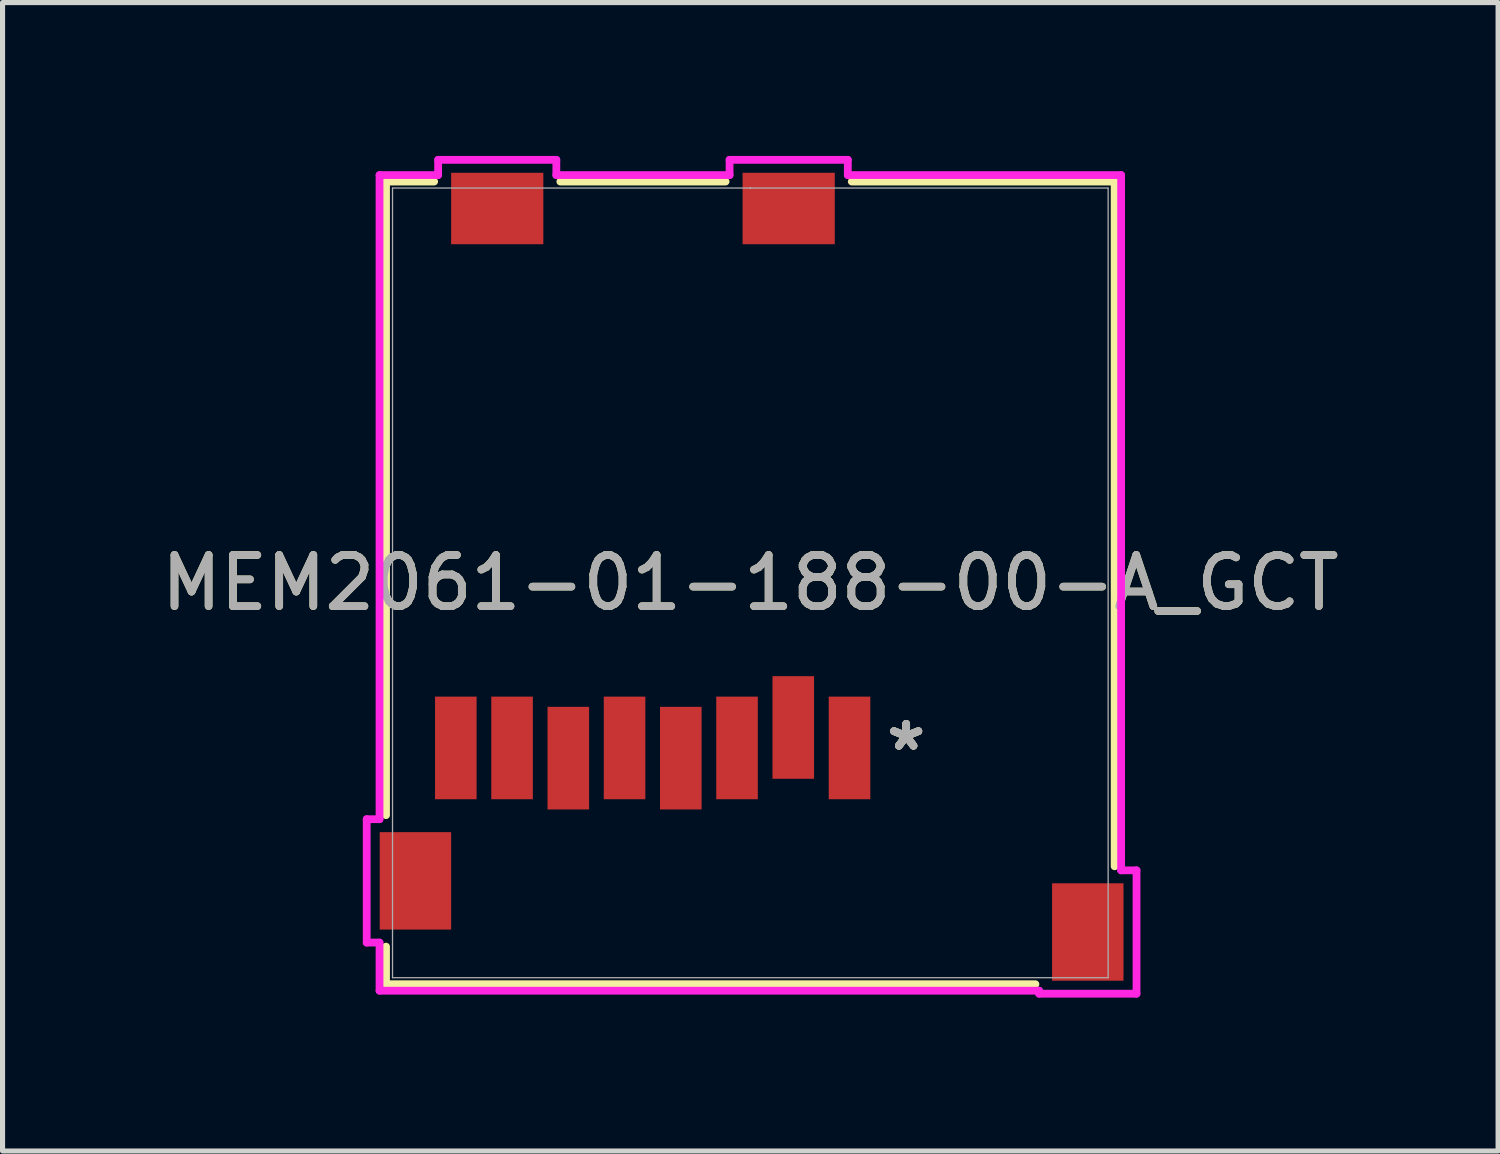
<source format=kicad_pcb>
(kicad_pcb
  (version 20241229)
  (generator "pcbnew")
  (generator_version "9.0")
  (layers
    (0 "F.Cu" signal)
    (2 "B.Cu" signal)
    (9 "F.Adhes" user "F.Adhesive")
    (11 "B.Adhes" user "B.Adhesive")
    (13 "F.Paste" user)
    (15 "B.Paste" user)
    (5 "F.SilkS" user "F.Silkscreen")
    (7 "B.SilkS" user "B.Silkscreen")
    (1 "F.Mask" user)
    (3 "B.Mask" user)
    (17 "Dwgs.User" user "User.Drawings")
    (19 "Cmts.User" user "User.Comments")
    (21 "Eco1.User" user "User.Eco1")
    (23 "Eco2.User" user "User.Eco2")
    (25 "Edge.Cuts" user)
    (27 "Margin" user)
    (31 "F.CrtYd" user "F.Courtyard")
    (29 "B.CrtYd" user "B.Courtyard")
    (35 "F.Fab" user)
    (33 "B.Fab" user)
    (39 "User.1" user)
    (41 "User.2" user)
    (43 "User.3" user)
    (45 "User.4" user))
  (footprint "MEM2061-01-188-00-A_GCT"
    (layer "F.Cu")
    (at 11.625 8.35)
    (property "Reference" "MEM2061-01-188-00-A_GCT" (at 0 0 0) (unlocked yes) (layer "F.SilkS") (effects (font (size 1 1) (thickness 0.15))))
    (attr smd)
    (fp_line (start -7.125 -7.849) (end -7.125 4.543) (stroke (width 0.152) (type solid)) (layer "F.SilkS"))
    (fp_line (start -7.125 7.114) (end -7.125 7.849) (stroke (width 0.152) (type solid)) (layer "F.SilkS"))
    (fp_line (start -7.125 7.849) (end 5.576 7.849) (stroke (width 0.152) (type solid)) (layer "F.SilkS"))
    (fp_line (start -6.184 -7.849) (end -7.125 -7.849) (stroke (width 0.152) (type solid)) (layer "F.SilkS"))
    (fp_line (start -0.484 -7.849) (end -3.716 -7.849) (stroke (width 0.152) (type solid)) (layer "F.SilkS"))
    (fp_line (start 7.125 -7.849) (end 1.984 -7.849) (stroke (width 0.152) (type solid)) (layer "F.SilkS"))
    (fp_line (start 7.125 5.543) (end 7.125 -7.849) (stroke (width 0.152) (type solid)) (layer "F.SilkS"))
    (fp_line (start -7.503 4.622) (end -7.503 7.035) (stroke (width 0.152) (type solid)) (layer "F.CrtYd"))
    (fp_line (start -7.503 7.035) (end -7.252 7.035) (stroke (width 0.152) (type solid)) (layer "F.CrtYd"))
    (fp_line (start -7.252 -7.976) (end -7.252 4.622) (stroke (width 0.152) (type solid)) (layer "F.CrtYd"))
    (fp_line (start -7.252 4.622) (end -7.503 4.622) (stroke (width 0.152) (type solid)) (layer "F.CrtYd"))
    (fp_line (start -7.252 7.035) (end -7.252 7.976) (stroke (width 0.152) (type solid)) (layer "F.CrtYd"))
    (fp_line (start -7.252 7.976) (end 5.648 7.976) (stroke (width 0.152) (type solid)) (layer "F.CrtYd"))
    (fp_line (start -6.106 -8.274) (end -6.106 -7.976) (stroke (width 0.152) (type solid)) (layer "F.CrtYd"))
    (fp_line (start -6.106 -7.976) (end -7.252 -7.976) (stroke (width 0.152) (type solid)) (layer "F.CrtYd"))
    (fp_line (start -3.794 -8.274) (end -6.106 -8.274) (stroke (width 0.152) (type solid)) (layer "F.CrtYd"))
    (fp_line (start -3.794 -7.976) (end -3.794 -8.274) (stroke (width 0.152) (type solid)) (layer "F.CrtYd"))
    (fp_line (start -0.406 -8.274) (end -0.406 -7.976) (stroke (width 0.152) (type solid)) (layer "F.CrtYd"))
    (fp_line (start -0.406 -7.976) (end -3.794 -7.976) (stroke (width 0.152) (type solid)) (layer "F.CrtYd"))
    (fp_line (start 1.906 -8.274) (end -0.406 -8.274) (stroke (width 0.152) (type solid)) (layer "F.CrtYd"))
    (fp_line (start 1.906 -7.976) (end 1.906 -8.274) (stroke (width 0.152) (type solid)) (layer "F.CrtYd"))
    (fp_line (start 5.648 7.976) (end 5.648 8.035) (stroke (width 0.152) (type solid)) (layer "F.CrtYd"))
    (fp_line (start 5.648 8.035) (end 7.553 8.035) (stroke (width 0.152) (type solid)) (layer "F.CrtYd"))
    (fp_line (start 7.252 -7.976) (end 1.906 -7.976) (stroke (width 0.152) (type solid)) (layer "F.CrtYd"))
    (fp_line (start 7.252 5.622) (end 7.252 -7.976) (stroke (width 0.152) (type solid)) (layer "F.CrtYd"))
    (fp_line (start 7.553 5.622) (end 7.252 5.622) (stroke (width 0.152) (type solid)) (layer "F.CrtYd"))
    (fp_line (start 7.553 8.035) (end 7.553 5.622) (stroke (width 0.152) (type solid)) (layer "F.CrtYd"))
    (fp_line (start -6.998 -7.722) (end -6.998 7.722) (stroke (width 0.025) (type solid)) (layer "F.Fab"))
    (fp_line (start -6.998 7.722) (end 6.998 7.722) (stroke (width 0.025) (type solid)) (layer "F.Fab"))
    (fp_line (start 0 -7.722) (end 0 -7.722) (stroke (width 0.025) (type solid)) (layer "F.Fab"))
    (fp_line (start 0 -7.722) (end 0 -7.722) (stroke (width 0.025) (type solid)) (layer "F.Fab"))
    (fp_line (start 0 -7.722) (end 0 -7.722) (stroke (width 0.025) (type solid)) (layer "F.Fab"))
    (fp_line (start 0 -7.722) (end 0 -7.722) (stroke (width 0.025) (type solid)) (layer "F.Fab"))
    (fp_line (start 6.998 -7.722) (end -6.998 -7.722) (stroke (width 0.025) (type solid)) (layer "F.Fab"))
    (fp_line (start 6.998 7.722) (end 6.998 -7.722) (stroke (width 0.025) (type solid)) (layer "F.Fab"))
    (fp_text user "*" (at 3.048 3.302 0) (unlocked yes) (layer "F.SilkS") (effects (font (size 1 1) (thickness 0.15))))
    (fp_text user "*" (at 3.048 3.302 0) (layer "F.SilkS") (effects (font (size 1 1) (thickness 0.15))))
    (fp_text user "*" (at 3.048 3.302 0) (layer "F.Fab") (effects (font (size 1 1) (thickness 0.15))))
    (fp_text user "${REFERENCE}" (at 0 0 0) (unlocked yes) (layer "F.Fab") (effects (font (size 1 1) (thickness 0.15))))
    (fp_text user "*" (at 3.048 3.302 0) (unlocked yes) (layer "F.Fab") (effects (font (size 1 1) (thickness 0.15))))
    (pad "9" smd rect (at -4.95 -7.322) (size 1.803 1.397) (layers "F.Cu" "F.Mask" "F.Paste"))
    (pad "10" smd rect (at 0.75 -7.322) (size 1.803 1.397) (layers "F.Cu" "F.Mask" "F.Paste"))
    (pad "11" smd rect (at -6.55 5.828) (size 1.397 1.905) (layers "F.Cu" "F.Mask" "F.Paste"))
    (pad "12" smd rect (at 6.6 6.828) (size 1.397 1.905) (layers "F.Cu" "F.Mask" "F.Paste"))
    (pad "P1" smd rect (at 1.94 3.228) (size 0.813 2.007) (layers "F.Cu" "F.Mask" "F.Paste"))
    (pad "P2" smd rect (at 0.84 2.828) (size 0.813 2.007) (layers "F.Cu" "F.Mask" "F.Paste"))
    (pad "P3" smd rect (at -0.26 3.228) (size 0.813 2.007) (layers "F.Cu" "F.Mask" "F.Paste"))
    (pad "P4" smd rect (at -1.36 3.428) (size 0.813 2.007) (layers "F.Cu" "F.Mask" "F.Paste"))
    (pad "P5" smd rect (at -2.46 3.228) (size 0.813 2.007) (layers "F.Cu" "F.Mask" "F.Paste"))
    (pad "P6" smd rect (at -3.56 3.428) (size 0.813 2.007) (layers "F.Cu" "F.Mask" "F.Paste"))
    (pad "P7" smd rect (at -4.66 3.228) (size 0.813 2.007) (layers "F.Cu" "F.Mask" "F.Paste"))
    (pad "P8" smd rect (at -5.76 3.228) (size 0.813 2.007) (layers "F.Cu" "F.Mask" "F.Paste")))
  (gr_rect
    (start -3 -3)
    (end 26.25 19.461)
    (stroke (width 0.1) (type default))
    (fill no)
    (layer "Edge.Cuts")))
</source>
